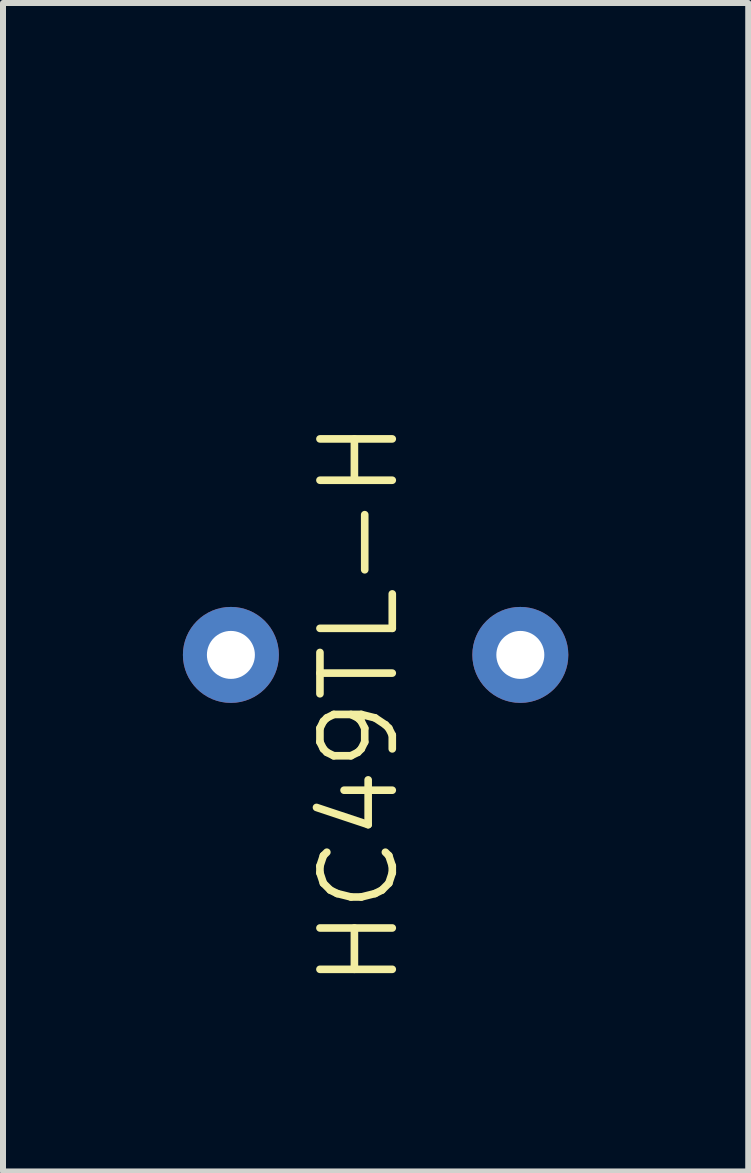
<source format=kicad_pcb>
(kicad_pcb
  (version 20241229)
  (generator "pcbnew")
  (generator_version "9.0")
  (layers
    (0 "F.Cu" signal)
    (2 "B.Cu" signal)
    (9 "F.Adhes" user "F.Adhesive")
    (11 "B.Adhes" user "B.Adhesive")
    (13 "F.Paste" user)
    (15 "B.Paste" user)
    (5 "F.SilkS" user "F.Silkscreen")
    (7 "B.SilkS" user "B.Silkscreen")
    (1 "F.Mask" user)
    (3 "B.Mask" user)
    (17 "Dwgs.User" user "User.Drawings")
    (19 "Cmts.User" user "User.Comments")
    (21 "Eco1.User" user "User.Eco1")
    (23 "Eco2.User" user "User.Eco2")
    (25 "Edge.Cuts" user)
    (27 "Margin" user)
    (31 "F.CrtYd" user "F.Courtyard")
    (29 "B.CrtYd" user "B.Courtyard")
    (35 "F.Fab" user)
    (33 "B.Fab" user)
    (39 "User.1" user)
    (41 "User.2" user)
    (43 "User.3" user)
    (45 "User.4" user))
  (footprint "HC49TL-H"
    (layer "F.Cu")
    (at 3.213 0.25)
    (property "Reference" "HC49TL-H" (at 0.432 13.233 90) (layer "F.SilkS") (effects (font (size 1.206 1.206) (thickness 0.127)) (justify left bottom)))
    (attr through_hole)
    (pad "1" thru_hole circle (at -2.413 7.62) (size 1.6 1.6) (drill 0.8) (layers "*.Cu" "*.Mask"))
    (pad "2" thru_hole circle (at 2.413 7.62) (size 1.6 1.6) (drill 0.8) (layers "*.Cu" "*.Mask")))
  (gr_rect
    (start -3 -3)
    (end 9.426 16.483)
    (stroke (width 0.1) (type default))
    (fill no)
    (layer "Edge.Cuts")))
</source>
